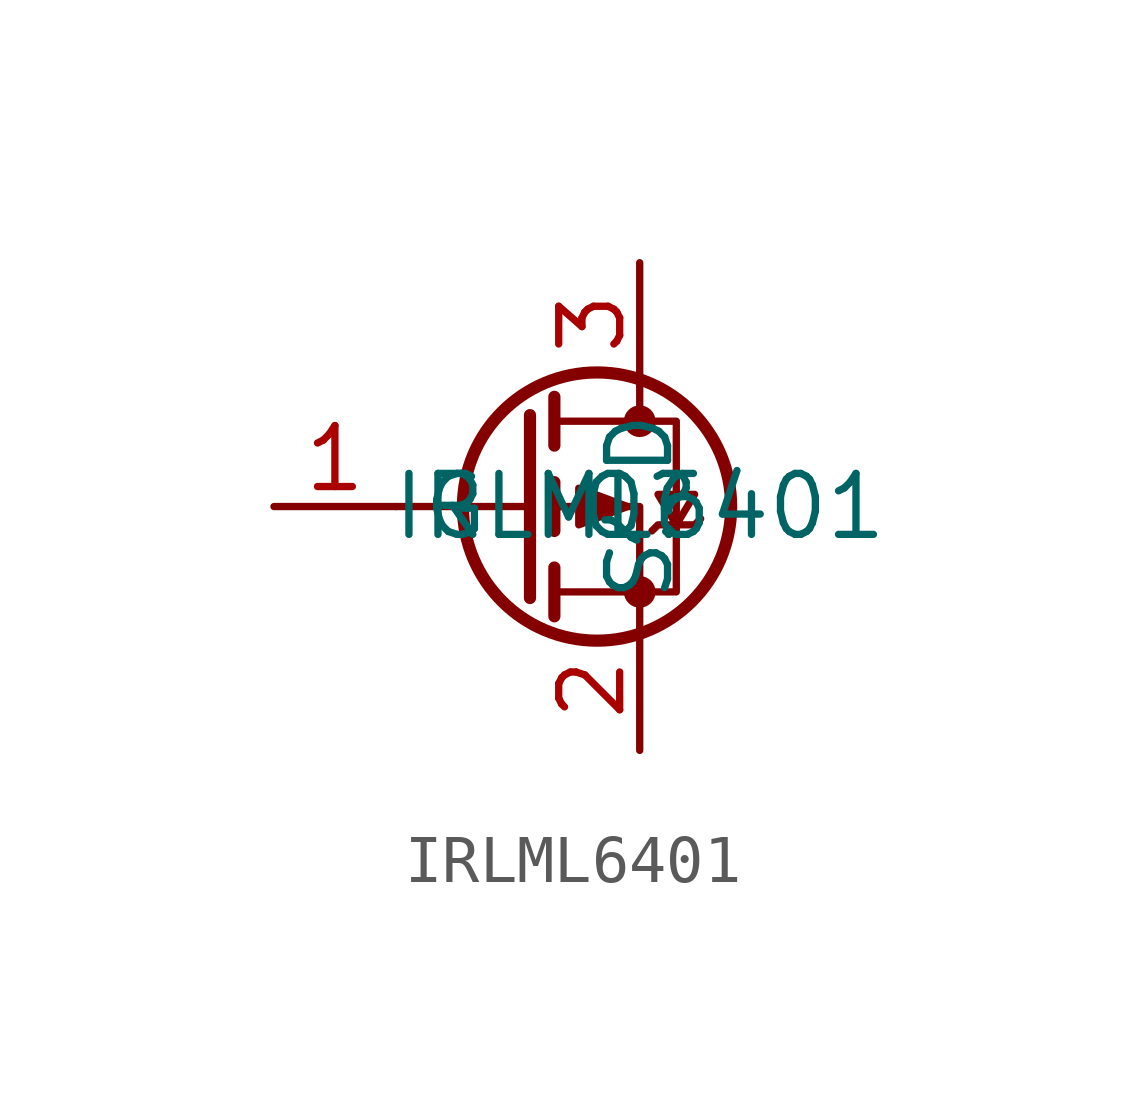
<source format=kicad_sym>
(kicad_symbol_lib
  (version 20211014)
  (generator kicad_symbol_editor)
  (symbol "IRLML6401"
    (property "Reference" "Q"
      (at 0 0 0)
      (effects (font (size 1.27 1.27))))
    (property "Value" "IRLML6401"
      (at 0 0 0)
      (effects (font (size 1.27 1.27))))
    (symbol "IRLML6401_0_1"
      (circle (center -0.889 0) (radius 2.794) (stroke (width 0.254) (type default) (color 0 0 0 0)) (fill (type none)))
      (circle (center 0 -1.778) (radius 0.254) (stroke (width 0) (type default) (color 0 0 0 0)) (fill (type outline)))
      (polyline (pts (xy -2.286 0) (xy -5.08 0)) (stroke (width 0) (type default) (color 0 0 0 0)) (fill (type none)))
      (polyline (pts (xy -2.286 1.905) (xy -2.286 -1.905)) (stroke (width 0.254) (type default) (color 0 0 0 0)) (fill (type none)))
      (polyline (pts (xy -1.778 -1.27) (xy -1.778 -2.286)) (stroke (width 0.254) (type default) (color 0 0 0 0)) (fill (type none)))
      (polyline (pts (xy -1.778 0.508) (xy -1.778 -0.508)) (stroke (width 0.254) (type default) (color 0 0 0 0)) (fill (type none)))
      (polyline (pts (xy -1.778 2.286) (xy -1.778 1.27)) (stroke (width 0.254) (type default) (color 0 0 0 0)) (fill (type none)))
      (polyline (pts (xy 0 2.54) (xy 0 1.778)) (stroke (width 0) (type default) (color 0 0 0 0)) (fill (type none)))
      (polyline (pts (xy 0 -2.54) (xy 0 0) (xy -1.778 0)) (stroke (width 0) (type default) (color 0 0 0 0)) (fill (type none)))
      (polyline (pts (xy -1.778 1.778) (xy 0.762 1.778) (xy 0.762 -1.778) (xy -1.778 -1.778)) (stroke (width 0) (type default) (color 0 0 0 0)) (fill (type none)))
      (polyline (pts (xy -0.254 0) (xy -1.27 0.381) (xy -1.27 -0.381) (xy -0.254 0)) (stroke (width 0) (type default) (color 0 0 0 0)) (fill (type outline)))
      (polyline (pts (xy 0.254 -0.508) (xy 0.381 -0.381) (xy 1.143 -0.381) (xy 1.27 -0.254)) (stroke (width 0) (type default) (color 0 0 0 0)) (fill (type none)))
      (polyline (pts (xy 0.762 -0.381) (xy 0.381 0.254) (xy 1.143 0.254) (xy 0.762 -0.381)) (stroke (width 0) (type default) (color 0 0 0 0)) (fill (type none)))
      (circle (center 0 1.778) (radius 0.254) (stroke (width 0) (type default) (color 0 0 0 0)) (fill (type outline))))
    (symbol "IRLML6401_1_1"
      (pin input line (at -7.62 0 0) (length 2.54) (name "G" (effects (font (size 1.27 1.27)))) (number "1" (effects (font (size 1.27 1.27)))))
      (pin passive line (at 0 -5.08 90) (length 2.54) (name "S" (effects (font (size 1.27 1.27)))) (number "2" (effects (font (size 1.27 1.27)))))
      (pin passive line (at 0 5.08 270) (length 2.54) (name "D" (effects (font (size 1.27 1.27)))) (number "3" (effects (font (size 1.27 1.27))))))))
</source>
